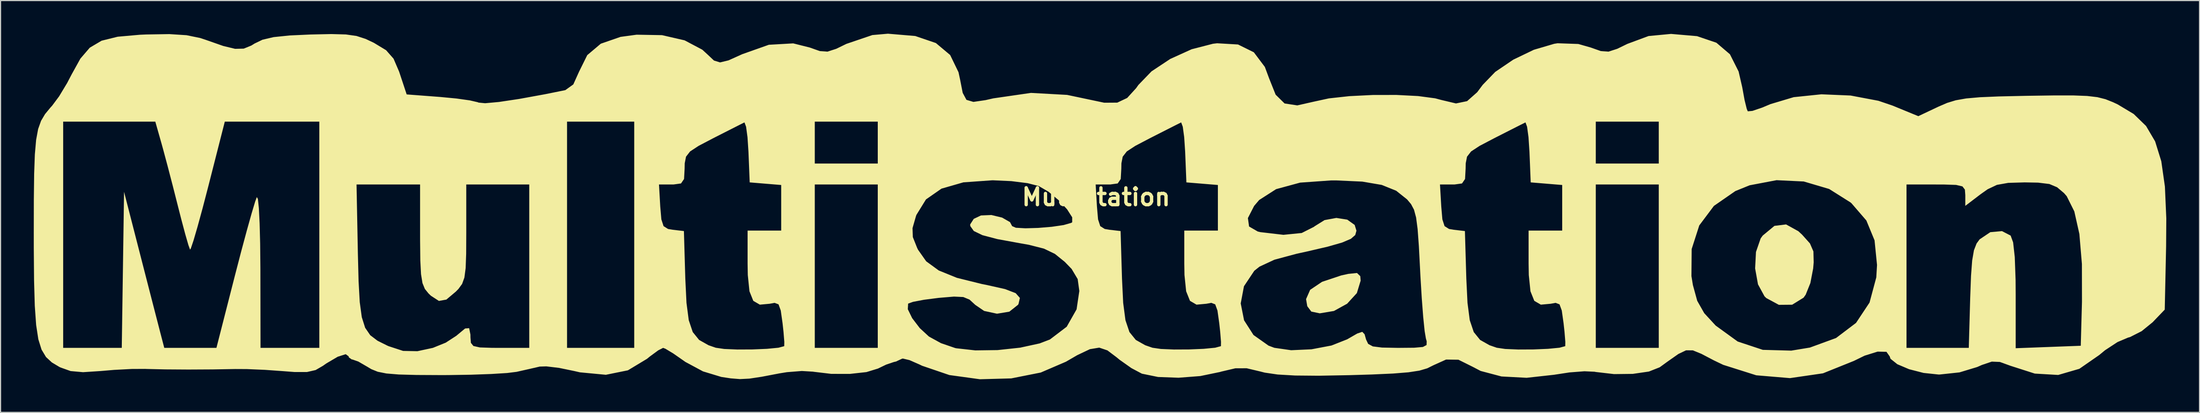
<source format=kicad_pcb>
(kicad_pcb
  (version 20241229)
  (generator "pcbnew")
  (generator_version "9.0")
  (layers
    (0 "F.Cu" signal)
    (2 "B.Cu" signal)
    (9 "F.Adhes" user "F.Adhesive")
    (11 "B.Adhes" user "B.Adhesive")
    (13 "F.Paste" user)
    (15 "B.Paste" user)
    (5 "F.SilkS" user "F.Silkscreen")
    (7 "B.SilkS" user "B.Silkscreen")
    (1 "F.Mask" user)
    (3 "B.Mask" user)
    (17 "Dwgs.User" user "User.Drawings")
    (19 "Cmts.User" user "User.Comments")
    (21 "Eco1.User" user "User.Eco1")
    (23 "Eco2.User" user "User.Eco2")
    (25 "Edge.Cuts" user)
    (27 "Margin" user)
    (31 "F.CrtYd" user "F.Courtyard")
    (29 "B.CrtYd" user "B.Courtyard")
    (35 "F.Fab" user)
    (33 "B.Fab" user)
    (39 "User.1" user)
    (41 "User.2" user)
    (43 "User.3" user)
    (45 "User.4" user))
  (footprint "Multistation"
    (layer "F.Cu")
    (at 95.913 14.783)
    (property "Reference" "Multistation" (at 0 0 0) (layer "F.SilkS") (effects (font (size 1.524 1.524) (thickness 0.3))))
    (attr board_only exclude_from_pos_files exclude_from_bom)
    (fp_poly (pts (xy 23.85 7.158) (xy 23.884 7.564) (xy 23.542 8.69) (xy 22.664 9.651) (xy 21.473 10.309) (xy 20.191 10.523) (xy 19.429 10.364) (xy 19.065 9.88) (xy 18.955 9.237) (xy 19.324 8.396) (xy 20.399 7.672) (xy 22.133 7.092) (xy 22.766 6.953) (xy 23.555 6.872)) (stroke (width 0) (type solid)) (fill yes) (layer "F.SilkS"))
    (fp_poly (pts (xy 63.404 3.093) (xy 63.739 3.403) (xy 64.45 4.199) (xy 64.762 4.921) (xy 64.786 5.908) (xy 64.739 6.466) (xy 64.488 7.78) (xy 64.065 8.834) (xy 63.876 9.102) (xy 62.843 9.743) (xy 61.642 9.754) (xy 60.511 9.143) (xy 60.344 8.979) (xy 59.758 7.9) (xy 59.499 6.458) (xy 59.576 4.968) (xy 59.998 3.744) (xy 60.183 3.487) (xy 61.242 2.608) (xy 62.293 2.477)) (stroke (width 0) (type solid)) (fill yes) (layer "F.SilkS"))
    (fp_poly (pts (xy -16.328 -14.574) (xy -14.467 -13.938) (xy -13.177 -12.854) (xy -12.424 -11.297) (xy -12.276 -10.61) (xy -12.045 -9.429) (xy -11.706 -8.796) (xy -11.079 -8.611) (xy -9.983 -8.772) (xy -9.283 -8.932) (xy -5.882 -9.426) (xy -2.619 -9.245) (xy -0.938 -8.89) (xy 0.732 -8.537) (xy 1.912 -8.545) (xy 2.805 -8.968) (xy 3.615 -9.859) (xy 3.816 -10.144) (xy 5.003 -11.375) (xy 6.691 -12.497) (xy 8.626 -13.376) (xy 10.55 -13.873) (xy 10.925 -13.917) (xy 12.813 -13.807) (xy 14.24 -13.101) (xy 15.235 -11.776) (xy 15.621 -10.738) (xy 16.209 -9.264) (xy 17.016 -8.47) (xy 18.163 -8.295) (xy 19.647 -8.631) (xy 21.015 -8.929) (xy 22.865 -9.132) (xy 24.972 -9.237) (xy 27.114 -9.241) (xy 29.067 -9.141) (xy 30.61 -8.935) (xy 31.175 -8.784) (xy 32.491 -8.472) (xy 33.494 -8.679) (xy 34.403 -9.484) (xy 34.903 -10.153) (xy 36.035 -11.326) (xy 37.663 -12.433) (xy 39.524 -13.329) (xy 41.361 -13.87) (xy 41.661 -13.918) (xy 43.536 -13.853) (xy 44.664 -13.53) (xy 45.57 -13.209) (xy 46.26 -13.16) (xy 47.049 -13.415) (xy 47.967 -13.862) (xy 49.879 -14.572) (xy 51.907 -14.764) (xy 54.255 -14.561) (xy 56.001 -13.967) (xy 57.225 -12.921) (xy 58.008 -11.363) (xy 58.336 -9.936) (xy 58.545 -8.786) (xy 58.742 -7.981) (xy 58.837 -7.759) (xy 59.256 -7.798) (xy 60.134 -8.095) (xy 60.882 -8.41) (xy 62.984 -9.04) (xy 65.483 -9.299) (xy 68.118 -9.188) (xy 70.627 -8.713) (xy 71.899 -8.28) (xy 74.232 -7.32) (xy 76.069 -8.189) (xy 76.833 -8.519) (xy 77.614 -8.758) (xy 78.554 -8.924) (xy 79.8 -9.034) (xy 81.495 -9.106) (xy 83.783 -9.157) (xy 84.161 -9.164) (xy 86.502 -9.197) (xy 88.228 -9.197) (xy 89.479 -9.149) (xy 90.4 -9.039) (xy 91.132 -8.855) (xy 91.817 -8.581) (xy 92.242 -8.38) (xy 93.68 -7.516) (xy 94.794 -6.432) (xy 95.614 -5.037) (xy 96.171 -3.239) (xy 96.497 -0.947) (xy 96.622 1.93) (xy 96.605 4.459) (xy 96.482 10.188) (xy 95.386 11.331) (xy 94.398 12.136) (xy 93.354 12.668) (xy 93.164 12.721) (xy 92.217 13.123) (xy 91.093 13.862) (xy 90.569 14.295) (xy 88.773 15.543) (xy 86.863 16.1) (xy 84.75 15.976) (xy 82.55 15.269) (xy 81.599 14.923) (xy 80.866 14.893) (xy 79.972 15.195) (xy 79.558 15.378) (xy 77.951 15.867) (xy 76.168 16.058) (xy 76.042 16.058) (xy 74.705 15.916) (xy 73.4 15.58) (xy 72.336 15.127) (xy 71.723 14.636) (xy 71.651 14.424) (xy 71.356 14.005) (xy 70.557 13.988) (xy 69.383 14.355) (xy 68.413 14.829) (xy 65.625 15.952) (xy 62.647 16.386) (xy 59.603 16.13) (xy 56.617 15.184) (xy 55.788 14.786) (xy 54.649 14.189) (xy 53.883 13.874) (xy 53.264 13.869) (xy 52.568 14.203) (xy 51.571 14.904) (xy 50.885 15.404) (xy 49.909 15.791) (xy 48.449 16.003) (xy 46.763 16.022) (xy 45.11 15.83) (xy 45.002 15.808) (xy 44.089 15.766) (xy 42.739 15.87) (xy 41.342 16.083) (xy 38.871 16.357) (xy 36.6 16.236) (xy 34.719 15.738) (xy 33.978 15.35) (xy 32.713 14.721) (xy 31.596 14.705) (xy 30.452 15.222) (xy 29.893 15.5) (xy 29.186 15.708) (xy 28.202 15.859) (xy 26.817 15.971) (xy 24.904 16.057) (xy 22.87 16.118) (xy 20.098 16.169) (xy 17.972 16.151) (xy 16.385 16.059) (xy 15.226 15.889) (xy 14.785 15.777) (xy 13.592 15.493) (xy 12.574 15.496) (xy 11.313 15.793) (xy 11.184 15.831) (xy 9.407 16.199) (xy 7.444 16.351) (xy 5.594 16.283) (xy 4.154 15.988) (xy 4.107 15.97) (xy 3.185 15.479) (xy 2.116 14.722) (xy 1.843 14.496) (xy 1.021 13.876) (xy 0.284 13.627) (xy -0.561 13.766) (xy -1.707 14.31) (xy -2.723 14.901) (xy -5 15.881) (xy -7.664 16.411) (xy -10.489 16.488) (xy -13.249 16.108) (xy -15.717 15.265) (xy -15.931 15.16) (xy -16.848 14.757) (xy -17.454 14.613) (xy -17.547 14.64) (xy -18.066 14.884) (xy -18.257 14.927) (xy -18.957 15.164) (xy -19.694 15.52) (xy -20.736 15.84) (xy -22.238 16.005) (xy -23.916 16.001) (xy -25.486 15.814) (xy -25.548 15.802) (xy -26.572 15.741) (xy -27.92 15.848) (xy -28.581 15.955) (xy -30.192 16.263) (xy -31.302 16.431) (xy -32.151 16.474) (xy -32.981 16.408) (xy -33.837 16.279) (xy -35.491 15.777) (xy -37.088 14.917) (xy -37.229 14.816) (xy -38.179 14.153) (xy -38.88 13.73) (xy -39.093 13.648) (xy -39.532 13.871) (xy -40.29 14.428) (xy -40.546 14.638) (xy -42.272 15.68) (xy -44.262 16.084) (xy -46.602 15.862) (xy -47.137 15.74) (xy -48.49 15.46) (xy -49.638 15.322) (xy -50.231 15.341) (xy -51.126 15.548) (xy -52.257 15.803) (xy -52.316 15.817) (xy -53.174 15.924) (xy -54.61 16.013) (xy -56.445 16.078) (xy -58.5 16.11) (xy -59.154 16.112) (xy -61.367 16.101) (xy -62.961 16.058) (xy -64.078 15.966) (xy -64.857 15.81) (xy -65.439 15.574) (xy -65.789 15.364) (xy -66.608 14.888) (xy -67.154 14.696) (xy -67.196 14.701) (xy -67.472 14.505) (xy -67.481 14.418) (xy -67.751 14.22) (xy -68.473 14.451) (xy -69.506 15.06) (xy -69.8 15.268) (xy -70.468 15.656) (xy -71.246 15.834) (xy -72.377 15.834) (xy -73.402 15.755) (xy -75.048 15.637) (xy -76.674 15.568) (xy -77.716 15.563) (xy -79.755 15.598) (xy -81.957 15.609) (xy -84.029 15.596) (xy -85.678 15.559) (xy -85.867 15.552) (xy -87.076 15.558) (xy -88.648 15.64) (xy -89.883 15.745) (xy -91.467 15.849) (xy -92.588 15.748) (xy -93.518 15.415) (xy -93.609 15.369) (xy -94.281 14.967) (xy -94.809 14.478) (xy -95.21 13.809) (xy -95.261 13.648) (xy -93.26 13.648) (xy -87.969 13.648) (xy -87.866 6.586) (xy -87.763 -0.475) (xy -86.317 5.165) (xy -85.782 7.251) (xy -85.284 9.19) (xy -84.867 10.809) (xy -84.576 11.938) (xy -84.502 12.226) (xy -84.132 13.648) (xy -79.422 13.647) (xy -77.754 7.108) (xy -77.196 4.956) (xy -76.681 3.037) (xy -76.246 1.481) (xy -75.928 0.418) (xy -75.775 0) (xy -75.678 0.177) (xy -75.592 1.007) (xy -75.523 2.385) (xy -75.475 4.206) (xy -75.454 6.365) (xy -75.453 6.54) (xy -75.442 13.648) (xy -70.134 13.648) (xy -70.134 -1.137) (xy -66.773 -1.137) (xy -66.653 5.079) (xy -66.589 7.612) (xy -66.484 9.503) (xy -66.299 10.87) (xy -65.995 11.831) (xy -65.535 12.503) (xy -64.878 13.003) (xy -63.986 13.448) (xy -63.879 13.495) (xy -62.568 13.924) (xy -61.276 13.949) (xy -59.878 13.648) (xy -58.717 13.176) (xy -57.75 12.546) (xy -57.714 12.513) (xy -56.971 11.895) (xy -56.605 11.866) (xy -56.49 12.445) (xy -56.487 12.7) (xy -56.448 13.195) (xy -56.22 13.479) (xy -55.64 13.609) (xy -54.54 13.646) (xy -53.833 13.648) (xy -51.179 13.648) (xy -47.767 13.648) (xy -41.701 13.648) (xy -41.701 -1.137) (xy -39.466 -1.137) (xy -39.352 0.853) (xy -39.252 2.021) (xy -39.053 2.632) (xy -38.649 2.889) (xy -38.227 2.96) (xy -37.216 3.077) (xy -37.09 7.376) (xy -36.984 9.572) (xy -36.779 11.143) (xy -36.418 12.218) (xy -35.843 12.93) (xy -34.995 13.409) (xy -34.34 13.637) (xy -33.582 13.747) (xy -32.402 13.797) (xy -31.034 13.791) (xy -29.714 13.735) (xy -28.811 13.648) (xy -25.4 13.648) (xy -19.713 13.648) (xy -19.713 10.15) (xy -17.002 10.15) (xy -16.607 10.961) (xy -15.92 11.861) (xy -15.094 12.624) (xy -14.008 13.222) (xy -12.735 13.66) (xy -12.63 13.684) (xy -10.909 13.876) (xy -8.892 13.849) (xy -6.86 13.63) (xy -5.097 13.245) (xy -4.171 12.89) (xy -2.655 11.736) (xy -1.763 10.161) (xy -1.516 8.499) (xy -1.664 7.424) (xy -2.213 6.503) (xy -2.832 5.863) (xy -3.722 5.143) (xy -4.711 4.667) (xy -6.064 4.322) (xy -6.907 4.173) (xy -8.915 3.805) (xy -10.262 3.45) (xy -11.044 3.071) (xy -11.357 2.632) (xy -11.373 2.48) (xy -11.049 1.975) (xy -10.397 1.665) (xy -9.455 1.625) (xy -8.485 1.86) (xy -7.774 2.269) (xy -7.582 2.631) (xy -7.245 2.778) (xy -6.385 2.827) (xy -5.228 2.793) (xy -4.003 2.691) (xy -2.934 2.534) (xy -2.25 2.339) (xy -2.158 2.28) (xy -2.159 1.834) (xy -2.618 1.113) (xy -3.379 0.287) (xy -4.285 -0.473) (xy -5.179 -0.998) (xy -5.183 -0.999) (xy -5.721 -1.137) (xy -0.04 -1.137) (xy 0.075 0.853) (xy 0.175 2.021) (xy 0.374 2.632) (xy 0.778 2.889) (xy 1.2 2.96) (xy 2.21 3.077) (xy 2.337 7.376) (xy 2.443 9.572) (xy 2.648 11.143) (xy 3.009 12.218) (xy 3.584 12.93) (xy 4.431 13.409) (xy 5.087 13.637) (xy 5.845 13.747) (xy 7.025 13.797) (xy 8.393 13.791) (xy 9.713 13.735) (xy 10.749 13.635) (xy 11.267 13.495) (xy 11.269 13.493) (xy 11.276 13.106) (xy 11.203 12.198) (xy 11.118 11.419) (xy 10.956 10.268) (xy 10.752 9.708) (xy 10.536 9.626) (xy 13.056 9.626) (xy 13.358 11.154) (xy 14.21 12.485) (xy 15.566 13.445) (xy 16.091 13.643) (xy 17.608 13.861) (xy 19.446 13.778) (xy 21.251 13.435) (xy 22.665 12.876) (xy 23.576 12.35) (xy 24.032 12.197) (xy 24.24 12.418) (xy 24.373 12.89) (xy 24.561 13.287) (xy 24.983 13.516) (xy 25.81 13.621) (xy 27.213 13.648) (xy 27.304 13.648) (xy 28.711 13.636) (xy 29.506 13.567) (xy 29.836 13.39) (xy 29.847 13.054) (xy 29.774 12.795) (xy 29.66 12.116) (xy 29.531 10.844) (xy 29.401 9.144) (xy 29.282 7.18) (xy 29.251 6.565) (xy 29.139 4.421) (xy 29.027 2.895) (xy 28.89 1.85) (xy 28.701 1.145) (xy 28.435 0.642) (xy 28.077 0.214) (xy 27.092 -0.572) (xy 25.79 -1.098) (xy 25.562 -1.137) (xy 31.047 -1.137) (xy 31.162 0.853) (xy 31.262 2.021) (xy 31.46 2.632) (xy 31.865 2.889) (xy 32.287 2.96) (xy 33.297 3.077) (xy 33.424 7.376) (xy 33.53 9.572) (xy 33.734 11.143) (xy 34.096 12.218) (xy 34.671 12.93) (xy 35.518 13.409) (xy 36.174 13.637) (xy 36.931 13.747) (xy 38.112 13.797) (xy 39.48 13.791) (xy 40.799 13.735) (xy 41.702 13.648) (xy 45.113 13.648) (xy 50.8 13.648) (xy 50.8 7.152) (xy 53.749 7.152) (xy 53.88 7.961) (xy 54.272 9.392) (xy 54.906 10.509) (xy 55.938 11.631) (xy 57.925 13.074) (xy 60.192 13.827) (xy 62.765 13.898) (xy 64.279 13.648) (xy 73.167 13.648) (xy 78.79 13.648) (xy 78.917 9.137) (xy 78.991 7.135) (xy 79.095 5.744) (xy 79.255 4.816) (xy 79.493 4.203) (xy 79.765 3.83) (xy 80.734 3.178) (xy 81.788 3.083) (xy 82.569 3.488) (xy 82.793 4.102) (xy 82.941 5.43) (xy 83.015 7.489) (xy 83.024 8.811) (xy 83.024 13.68) (xy 85.962 13.569) (xy 88.9 13.458) (xy 89.009 9.478) (xy 89.003 6.056) (xy 88.774 3.338) (xy 88.318 1.301) (xy 87.632 -0.076) (xy 87.389 -0.357) (xy 86.763 -0.887) (xy 86.065 -1.181) (xy 85.05 -1.305) (xy 83.839 -1.327) (xy 82.35 -1.284) (xy 81.33 -1.103) (xy 80.493 -0.707) (xy 79.867 -0.265) (xy 78.475 0.797) (xy 78.475 -0.17) (xy 78.438 -0.675) (xy 78.217 -0.965) (xy 77.648 -1.098) (xy 76.564 -1.135) (xy 75.821 -1.137) (xy 73.167 -1.137) (xy 73.167 13.648) (xy 64.279 13.648) (xy 64.448 13.62) (xy 66.806 12.757) (xy 68.61 11.388) (xy 69.83 9.547) (xy 70.439 7.27) (xy 70.505 6.148) (xy 70.282 3.918) (xy 69.541 2.119) (xy 68.202 0.565) (xy 68.116 0.489) (xy 66.183 -0.731) (xy 63.892 -1.409) (xy 61.435 -1.527) (xy 59.002 -1.065) (xy 57.713 -0.542) (xy 55.778 0.801) (xy 54.456 2.568) (xy 53.771 4.703) (xy 53.749 7.152) (xy 50.8 7.152) (xy 50.8 -1.137) (xy 45.113 -1.137) (xy 45.113 13.648) (xy 41.702 13.648) (xy 41.836 13.635) (xy 42.353 13.495) (xy 42.356 13.493) (xy 42.363 13.106) (xy 42.29 12.198) (xy 42.205 11.419) (xy 42.043 10.268) (xy 41.839 9.708) (xy 41.485 9.574) (xy 41.041 9.656) (xy 40.153 9.738) (xy 39.561 9.392) (xy 39.215 8.528) (xy 39.065 7.055) (xy 39.048 6.019) (xy 39.048 3.033) (xy 42.081 3.033) (xy 42.081 -1.092) (xy 39.237 -1.327) (xy 39.169 -3.033) (xy 45.113 -3.033) (xy 50.8 -3.033) (xy 50.8 -6.824) (xy 45.113 -6.824) (xy 45.113 -3.033) (xy 39.169 -3.033) (xy 39.125 -4.101) (xy 39.038 -5.42) (xy 38.911 -6.361) (xy 38.769 -6.748) (xy 38.746 -6.747) (xy 38.301 -6.524) (xy 37.367 -6.05) (xy 36.135 -5.423) (xy 35.92 -5.313) (xy 34.62 -4.63) (xy 33.856 -4.128) (xy 33.488 -3.653) (xy 33.37 -3.054) (xy 33.361 -2.572) (xy 33.31 -1.634) (xy 33.036 -1.231) (xy 32.361 -1.138) (xy 32.204 -1.137) (xy 31.047 -1.137) (xy 25.562 -1.137) (xy 24.037 -1.398) (xy 21.699 -1.505) (xy 21.23 -1.506) (xy 18.418 -1.306) (xy 16.252 -0.716) (xy 14.724 0.265) (xy 14.267 0.802) (xy 13.703 1.903) (xy 13.811 2.666) (xy 14.596 3.12) (xy 14.832 3.175) (xy 16.912 3.418) (xy 18.563 3.253) (xy 19.675 2.691) (xy 19.713 2.654) (xy 20.627 2.085) (xy 21.69 1.889) (xy 22.672 2.043) (xy 23.343 2.522) (xy 23.504 3.044) (xy 23.396 3.437) (xy 22.999 3.781) (xy 22.21 4.117) (xy 20.924 4.486) (xy 19.037 4.927) (xy 18.12 5.127) (xy 16.102 5.669) (xy 14.753 6.296) (xy 14.28 6.674) (xy 13.348 8.074) (xy 13.056 9.626) (xy 10.536 9.626) (xy 10.398 9.574) (xy 9.954 9.656) (xy 9.066 9.738) (xy 8.474 9.392) (xy 8.129 8.528) (xy 7.978 7.055) (xy 7.961 6.019) (xy 7.961 3.033) (xy 10.994 3.033) (xy 10.994 -1.092) (xy 8.151 -1.327) (xy 8.039 -4.101) (xy 7.952 -5.42) (xy 7.825 -6.361) (xy 7.682 -6.748) (xy 7.66 -6.747) (xy 7.214 -6.524) (xy 6.281 -6.05) (xy 5.048 -5.423) (xy 4.834 -5.313) (xy 3.533 -4.63) (xy 2.77 -4.128) (xy 2.401 -3.653) (xy 2.284 -3.054) (xy 2.275 -2.572) (xy 2.223 -1.634) (xy 1.95 -1.231) (xy 1.274 -1.138) (xy 1.118 -1.137) (xy -0.04 -1.137) (xy -5.721 -1.137) (xy -6.186 -1.257) (xy -7.653 -1.441) (xy -9.289 -1.516) (xy -9.385 -1.516) (xy -11.985 -1.331) (xy -13.963 -0.761) (xy -15.361 0.214) (xy -16.224 1.614) (xy -16.268 1.738) (xy -16.575 2.809) (xy -16.549 3.619) (xy -16.162 4.593) (xy -16.079 4.766) (xy -15.341 5.815) (xy -14.208 6.644) (xy -12.566 7.311) (xy -10.299 7.874) (xy -9.857 7.961) (xy -8.223 8.328) (xy -7.26 8.699) (xy -6.882 9.129) (xy -7.006 9.673) (xy -7.052 9.751) (xy -7.834 10.372) (xy -8.949 10.557) (xy -10.109 10.306) (xy -10.907 9.76) (xy -11.426 9.283) (xy -11.989 9.048) (xy -12.83 9.008) (xy -14.181 9.121) (xy -14.228 9.126) (xy -15.537 9.294) (xy -16.528 9.483) (xy -16.971 9.641) (xy -17.002 10.15) (xy -19.713 10.15) (xy -19.713 -1.137) (xy -25.4 -1.137) (xy -25.4 13.648) (xy -28.811 13.648) (xy -28.678 13.635) (xy -28.16 13.495) (xy -28.158 13.493) (xy -28.151 13.106) (xy -28.224 12.198) (xy -28.309 11.419) (xy -28.471 10.268) (xy -28.674 9.708) (xy -29.029 9.574) (xy -29.473 9.656) (xy -30.361 9.738) (xy -30.952 9.392) (xy -31.298 8.528) (xy -31.448 7.055) (xy -31.466 6.019) (xy -31.466 3.033) (xy -28.433 3.033) (xy -28.433 -1.092) (xy -29.854 -1.209) (xy -31.276 -1.327) (xy -31.345 -3.033) (xy -25.4 -3.033) (xy -19.713 -3.033) (xy -19.713 -6.824) (xy -25.4 -6.824) (xy -25.4 -3.033) (xy -31.345 -3.033) (xy -31.388 -4.101) (xy -31.475 -5.42) (xy -31.602 -6.361) (xy -31.745 -6.748) (xy -31.767 -6.747) (xy -32.213 -6.524) (xy -33.146 -6.05) (xy -34.379 -5.423) (xy -34.593 -5.313) (xy -35.894 -4.63) (xy -36.657 -4.128) (xy -37.026 -3.653) (xy -37.143 -3.054) (xy -37.152 -2.572) (xy -37.203 -1.634) (xy -37.477 -1.231) (xy -38.153 -1.138) (xy -38.309 -1.137) (xy -39.466 -1.137) (xy -41.701 -1.137) (xy -41.701 -6.824) (xy -47.767 -6.824) (xy -47.767 13.648) (xy -51.179 13.648) (xy -51.179 -1.137) (xy -56.866 -1.137) (xy -56.866 3.24) (xy -56.875 5.136) (xy -56.922 6.433) (xy -57.035 7.288) (xy -57.241 7.861) (xy -57.567 8.309) (xy -57.796 8.547) (xy -58.662 9.278) (xy -59.337 9.4) (xy -60.059 8.93) (xy -60.278 8.719) (xy -60.603 8.317) (xy -60.82 7.785) (xy -60.951 6.974) (xy -61.015 5.737) (xy -61.035 3.923) (xy -61.036 3.412) (xy -61.036 -1.137) (xy -66.773 -1.137) (xy -70.134 -1.137) (xy -70.134 -6.824) (xy -78.667 -6.824) (xy -80.16 -0.957) (xy -80.672 1.013) (xy -81.128 2.683) (xy -81.492 3.932) (xy -81.731 4.643) (xy -81.802 4.76) (xy -81.951 4.352) (xy -82.234 3.37) (xy -82.604 1.979) (xy -82.883 0.884) (xy -83.353 -0.971) (xy -83.828 -2.798) (xy -84.233 -4.312) (xy -84.377 -4.834) (xy -84.941 -6.824) (xy -93.26 -6.824) (xy -93.26 13.648) (xy -95.261 13.648) (xy -95.502 12.872) (xy -95.7 11.576) (xy -95.823 9.831) (xy -95.888 7.545) (xy -95.912 4.63) (xy -95.913 3.21) (xy -95.908 0.235) (xy -95.88 -2.085) (xy -95.817 -3.854) (xy -95.701 -5.177) (xy -95.52 -6.158) (xy -95.256 -6.899) (xy -94.897 -7.506) (xy -94.425 -8.081) (xy -94.255 -8.269) (xy -93.627 -9.114) (xy -92.902 -10.32) (xy -92.501 -11.089) (xy -91.705 -12.529) (xy -90.856 -13.519) (xy -89.789 -14.15) (xy -88.338 -14.51) (xy -86.337 -14.688) (xy -85.762 -14.713) (xy -83.676 -14.747) (xy -82.123 -14.647) (xy -80.889 -14.394) (xy -80.37 -14.221) (xy -78.806 -13.672) (xy -77.736 -13.414) (xy -76.958 -13.432) (xy -76.272 -13.711) (xy -75.98 -13.892) (xy -75.262 -14.239) (xy -74.257 -14.475) (xy -72.804 -14.625) (xy -70.915 -14.711) (xy -69.049 -14.751) (xy -67.735 -14.715) (xy -66.771 -14.577) (xy -65.951 -14.31) (xy -65.206 -13.957) (xy -64.104 -13.289) (xy -63.431 -12.522) (xy -62.928 -11.349) (xy -62.873 -11.184) (xy -62.246 -9.288) (xy -59.23 -9.059) (xy -57.751 -8.918) (xy -56.545 -8.748) (xy -55.83 -8.582) (xy -55.759 -8.549) (xy -55.164 -8.491) (xy -53.913 -8.605) (xy -52.084 -8.88) (xy -49.757 -9.305) (xy -47.924 -9.675) (xy -47.202 -10.193) (xy -46.683 -11.346) (xy -45.943 -12.844) (xy -44.719 -13.878) (xy -42.937 -14.496) (xy -41.485 -14.693) (xy -39.191 -14.652) (xy -37.154 -14.182) (xy -35.555 -13.335) (xy -35.055 -12.876) (xy -34.502 -12.354) (xy -33.953 -12.185) (xy -33.188 -12.37) (xy -31.983 -12.914) (xy -31.958 -12.926) (xy -29.548 -13.781) (xy -27.347 -13.907) (xy -25.849 -13.53) (xy -24.944 -13.209) (xy -24.254 -13.16) (xy -23.464 -13.415) (xy -22.546 -13.862) (xy -20.202 -14.66) (xy -18.796 -14.783)) (stroke (width 0) (type solid)) (fill yes) (layer "F.SilkS")))
  (gr_rect
    (start -3 -3)
    (end 195.536 34.271)
    (stroke (width 0.1) (type default))
    (fill no)
    (layer "Edge.Cuts")))
</source>
